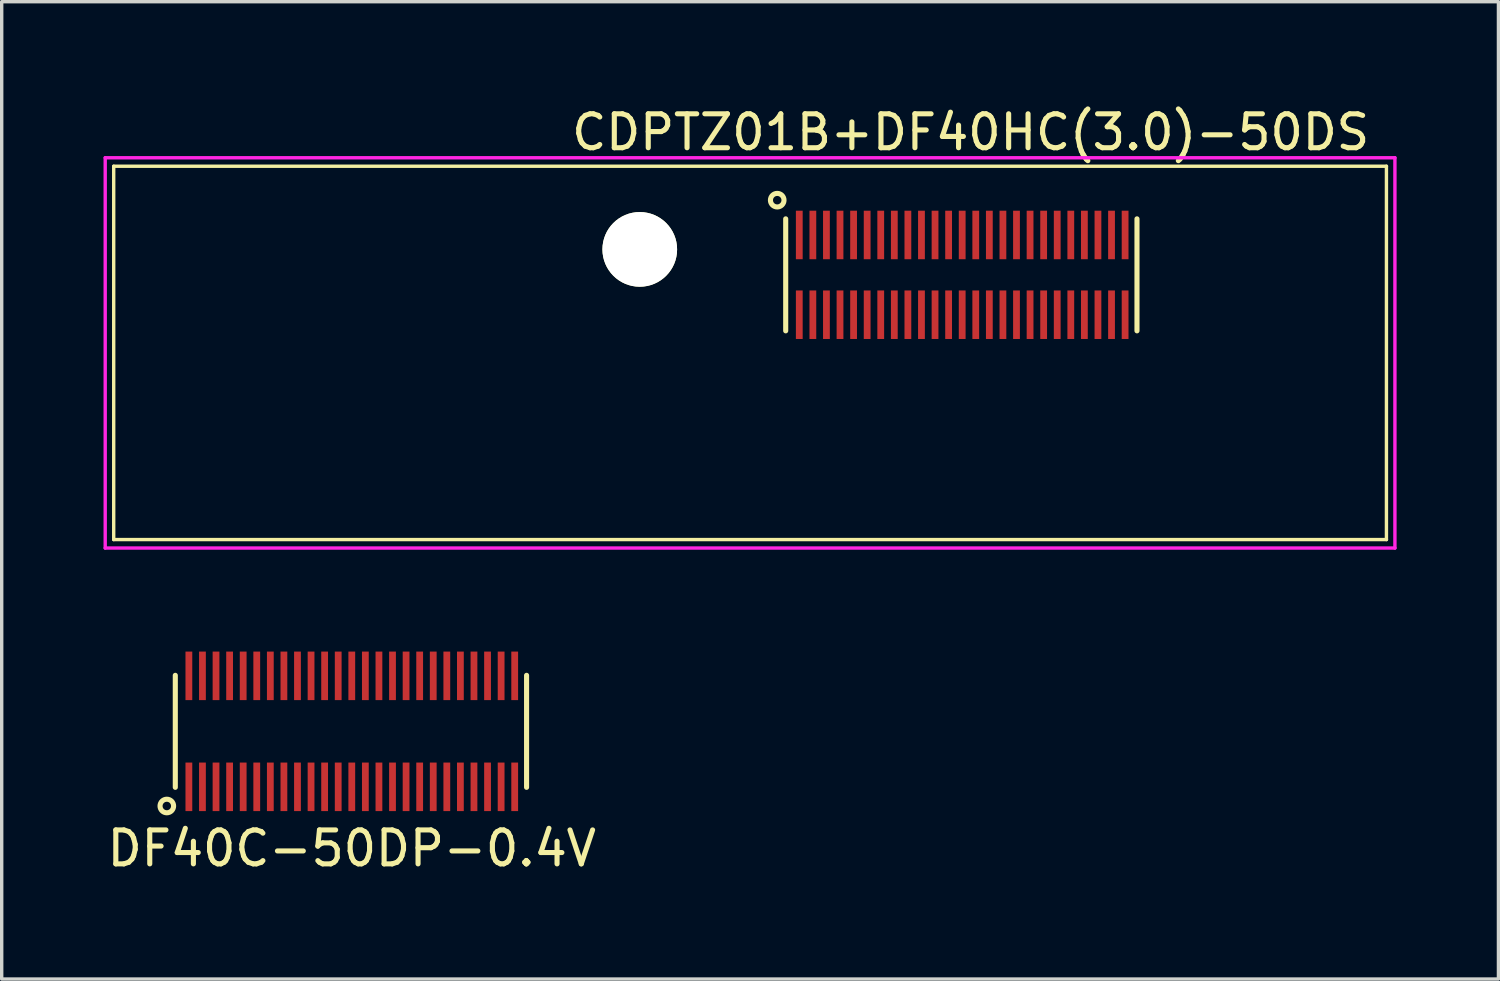
<source format=kicad_pcb>
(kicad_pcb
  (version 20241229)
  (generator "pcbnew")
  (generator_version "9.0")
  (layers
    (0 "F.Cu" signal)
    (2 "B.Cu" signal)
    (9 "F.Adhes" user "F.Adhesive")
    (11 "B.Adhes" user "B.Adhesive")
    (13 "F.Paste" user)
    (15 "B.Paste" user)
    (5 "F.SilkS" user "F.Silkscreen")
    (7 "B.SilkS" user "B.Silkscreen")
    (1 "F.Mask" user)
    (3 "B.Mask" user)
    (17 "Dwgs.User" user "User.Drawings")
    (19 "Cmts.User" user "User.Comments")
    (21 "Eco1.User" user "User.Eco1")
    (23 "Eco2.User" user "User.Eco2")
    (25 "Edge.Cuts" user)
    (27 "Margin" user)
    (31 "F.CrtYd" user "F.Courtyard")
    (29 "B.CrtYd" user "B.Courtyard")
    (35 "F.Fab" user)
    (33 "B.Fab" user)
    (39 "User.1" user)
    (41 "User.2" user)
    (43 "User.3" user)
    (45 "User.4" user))
  (footprint "CDPTZ01B+DF40HC(3.0)-50DS"
    (layer "F.Cu")
    (at 19.05 7.348)
    (property "Reference" "CDPTZ01B+DF40HC(3.0)-50DS" (at 6.5 -6.5 180) (layer "F.SilkS") (effects (font (size 1 1) (thickness 0.15))))
    (attr through_hole)
    (fp_line (start -18.75 -5.5) (end -18.75 5.5) (stroke (width 0.1) (type solid)) (layer "F.SilkS"))
    (fp_line (start -18.75 5.5) (end 18.75 5.5) (stroke (width 0.1) (type solid)) (layer "F.SilkS"))
    (fp_line (start 1.05 -0.65) (end 1.05 -3.95) (stroke (width 0.15) (type solid)) (layer "F.SilkS"))
    (fp_line (start 11.4 -0.65) (end 11.4 -3.95) (stroke (width 0.15) (type solid)) (layer "F.SilkS"))
    (fp_line (start 18.75 -5.5) (end -18.75 -5.5) (stroke (width 0.1) (type solid)) (layer "F.SilkS"))
    (fp_line (start 18.75 5.5) (end 18.75 -5.5) (stroke (width 0.1) (type solid)) (layer "F.SilkS"))
    (fp_circle (center 0.8 -4.5) (end 0.8 -4.3) (stroke (width 0.15) (type solid)) (fill no) (layer "F.SilkS"))
    (fp_line (start -19 5.75) (end -19 -5.75) (stroke (width 0.1) (type solid)) (layer "F.CrtYd"))
    (fp_line (start 19 -5.75) (end -19 -5.75) (stroke (width 0.1) (type solid)) (layer "F.CrtYd"))
    (fp_line (start 19 5.75) (end -19 5.75) (stroke (width 0.1) (type solid)) (layer "F.CrtYd"))
    (fp_line (start 19 5.75) (end 19 -5.75) (stroke (width 0.1) (type solid)) (layer "F.CrtYd"))
    (pad "" np_thru_hole circle (at -3.25 -3.05) (size 2.2 2.2) (drill 2.2) (layers "*.Cu" "*.Mask" "F.SilkS"))
    (pad "1" smd rect (at 1.45 -3.475) (size 0.2 1.43) (layers "F.Cu" "F.Mask" "F.Paste"))
    (pad "2" smd rect (at 1.85 -3.475) (size 0.2 1.43) (layers "F.Cu" "F.Mask" "F.Paste"))
    (pad "3" smd rect (at 2.25 -3.475) (size 0.2 1.43) (layers "F.Cu" "F.Mask" "F.Paste"))
    (pad "4" smd rect (at 2.65 -3.475) (size 0.2 1.43) (layers "F.Cu" "F.Mask" "F.Paste"))
    (pad "5" smd rect (at 3.05 -3.475) (size 0.2 1.43) (layers "F.Cu" "F.Mask" "F.Paste"))
    (pad "6" smd rect (at 3.45 -3.475) (size 0.2 1.43) (layers "F.Cu" "F.Mask" "F.Paste"))
    (pad "7" smd rect (at 3.85 -3.475) (size 0.2 1.43) (layers "F.Cu" "F.Mask" "F.Paste"))
    (pad "8" smd rect (at 4.25 -3.475) (size 0.2 1.43) (layers "F.Cu" "F.Mask" "F.Paste"))
    (pad "9" smd rect (at 4.65 -3.475) (size 0.2 1.43) (layers "F.Cu" "F.Mask" "F.Paste"))
    (pad "10" smd rect (at 5.05 -3.475) (size 0.2 1.43) (layers "F.Cu" "F.Mask" "F.Paste"))
    (pad "11" smd rect (at 5.45 -3.475) (size 0.2 1.43) (layers "F.Cu" "F.Mask" "F.Paste"))
    (pad "12" smd rect (at 5.85 -3.475) (size 0.2 1.43) (layers "F.Cu" "F.Mask" "F.Paste"))
    (pad "13" smd rect (at 6.25 -3.475) (size 0.2 1.43) (layers "F.Cu" "F.Mask" "F.Paste"))
    (pad "14" smd rect (at 6.65 -3.475) (size 0.2 1.43) (layers "F.Cu" "F.Mask" "F.Paste"))
    (pad "15" smd rect (at 7.05 -3.475) (size 0.2 1.43) (layers "F.Cu" "F.Mask" "F.Paste"))
    (pad "16" smd rect (at 7.45 -3.475) (size 0.2 1.43) (layers "F.Cu" "F.Mask" "F.Paste"))
    (pad "17" smd rect (at 7.85 -3.475) (size 0.2 1.43) (layers "F.Cu" "F.Mask" "F.Paste"))
    (pad "18" smd rect (at 8.25 -3.475) (size 0.2 1.43) (layers "F.Cu" "F.Mask" "F.Paste"))
    (pad "19" smd rect (at 8.65 -3.475) (size 0.2 1.43) (layers "F.Cu" "F.Mask" "F.Paste"))
    (pad "20" smd rect (at 9.05 -3.475) (size 0.2 1.43) (layers "F.Cu" "F.Mask" "F.Paste"))
    (pad "21" smd rect (at 9.45 -3.475) (size 0.2 1.43) (layers "F.Cu" "F.Mask" "F.Paste"))
    (pad "22" smd rect (at 9.85 -3.475) (size 0.2 1.43) (layers "F.Cu" "F.Mask" "F.Paste"))
    (pad "23" smd rect (at 10.25 -3.475) (size 0.2 1.43) (layers "F.Cu" "F.Mask" "F.Paste"))
    (pad "24" smd rect (at 10.65 -3.475) (size 0.2 1.43) (layers "F.Cu" "F.Mask" "F.Paste"))
    (pad "25" smd rect (at 11.05 -3.475) (size 0.2 1.43) (layers "F.Cu" "F.Mask" "F.Paste"))
    (pad "26" smd rect (at 11.05 -1.125) (size 0.2 1.43) (layers "F.Cu" "F.Mask" "F.Paste"))
    (pad "27" smd rect (at 10.65 -1.125) (size 0.2 1.43) (layers "F.Cu" "F.Mask" "F.Paste"))
    (pad "28" smd rect (at 10.25 -1.125) (size 0.2 1.43) (layers "F.Cu" "F.Mask" "F.Paste"))
    (pad "29" smd rect (at 9.85 -1.125) (size 0.2 1.43) (layers "F.Cu" "F.Mask" "F.Paste"))
    (pad "30" smd rect (at 9.45 -1.125) (size 0.2 1.43) (layers "F.Cu" "F.Mask" "F.Paste"))
    (pad "31" smd rect (at 9.05 -1.125) (size 0.2 1.43) (layers "F.Cu" "F.Mask" "F.Paste"))
    (pad "32" smd rect (at 8.65 -1.125) (size 0.2 1.43) (layers "F.Cu" "F.Mask" "F.Paste"))
    (pad "33" smd rect (at 8.25 -1.125) (size 0.2 1.43) (layers "F.Cu" "F.Mask" "F.Paste"))
    (pad "34" smd rect (at 7.85 -1.125) (size 0.2 1.43) (layers "F.Cu" "F.Mask" "F.Paste"))
    (pad "35" smd rect (at 7.45 -1.125) (size 0.2 1.43) (layers "F.Cu" "F.Mask" "F.Paste"))
    (pad "36" smd rect (at 7.05 -1.125) (size 0.2 1.43) (layers "F.Cu" "F.Mask" "F.Paste"))
    (pad "37" smd rect (at 6.65 -1.125) (size 0.2 1.43) (layers "F.Cu" "F.Mask" "F.Paste"))
    (pad "38" smd rect (at 6.25 -1.125) (size 0.2 1.43) (layers "F.Cu" "F.Mask" "F.Paste"))
    (pad "39" smd rect (at 5.85 -1.125) (size 0.2 1.43) (layers "F.Cu" "F.Mask" "F.Paste"))
    (pad "40" smd rect (at 5.45 -1.125) (size 0.2 1.43) (layers "F.Cu" "F.Mask" "F.Paste"))
    (pad "41" smd rect (at 5.05 -1.125) (size 0.2 1.43) (layers "F.Cu" "F.Mask" "F.Paste"))
    (pad "42" smd rect (at 4.65 -1.125) (size 0.2 1.43) (layers "F.Cu" "F.Mask" "F.Paste"))
    (pad "43" smd rect (at 4.25 -1.125) (size 0.2 1.43) (layers "F.Cu" "F.Mask" "F.Paste"))
    (pad "44" smd rect (at 3.85 -1.125) (size 0.2 1.43) (layers "F.Cu" "F.Mask" "F.Paste"))
    (pad "45" smd rect (at 3.45 -1.125) (size 0.2 1.43) (layers "F.Cu" "F.Mask" "F.Paste"))
    (pad "46" smd rect (at 3.05 -1.125) (size 0.2 1.43) (layers "F.Cu" "F.Mask" "F.Paste"))
    (pad "47" smd rect (at 2.65 -1.125) (size 0.2 1.43) (layers "F.Cu" "F.Mask" "F.Paste"))
    (pad "48" smd rect (at 2.25 -1.125) (size 0.2 1.43) (layers "F.Cu" "F.Mask" "F.Paste"))
    (pad "49" smd rect (at 1.85 -1.125) (size 0.2 1.43) (layers "F.Cu" "F.Mask" "F.Paste"))
    (pad "50" smd rect (at 1.45 -1.125) (size 0.2 1.43) (layers "F.Cu" "F.Mask" "F.Paste")))
  (footprint "DF40C-50DP-0.4V"
    (layer "F.Cu")
    (at 7.315 18.498)
    (property "Reference" "DF40C-50DP-0.4V" (at 0 3.45 0) (layer "F.SilkS") (effects (font (size 1 1) (thickness 0.15))))
    (attr through_hole)
    (fp_line (start -5.2 -1.65) (end -5.2 1.65) (stroke (width 0.15) (type solid)) (layer "F.SilkS"))
    (fp_line (start 5.15 -1.65) (end 5.15 1.65) (stroke (width 0.15) (type solid)) (layer "F.SilkS"))
    (fp_circle (center -5.45 2.2) (end -5.45 2) (stroke (width 0.15) (type solid)) (fill no) (layer "F.SilkS"))
    (pad "1" smd rect (at -4.8 1.635) (size 0.2 1.43) (layers "F.Cu" "F.Mask" "F.Paste"))
    (pad "2" smd rect (at -4.4 1.635) (size 0.2 1.43) (layers "F.Cu" "F.Mask" "F.Paste"))
    (pad "3" smd rect (at -4 1.635) (size 0.2 1.43) (layers "F.Cu" "F.Mask" "F.Paste"))
    (pad "4" smd rect (at -3.6 1.635) (size 0.2 1.43) (layers "F.Cu" "F.Mask" "F.Paste"))
    (pad "5" smd rect (at -3.2 1.635) (size 0.2 1.43) (layers "F.Cu" "F.Mask" "F.Paste"))
    (pad "6" smd rect (at -2.8 1.635) (size 0.2 1.43) (layers "F.Cu" "F.Mask" "F.Paste"))
    (pad "7" smd rect (at -2.4 1.635) (size 0.2 1.43) (layers "F.Cu" "F.Mask" "F.Paste"))
    (pad "8" smd rect (at -2 1.635) (size 0.2 1.43) (layers "F.Cu" "F.Mask" "F.Paste"))
    (pad "9" smd rect (at -1.6 1.635) (size 0.2 1.43) (layers "F.Cu" "F.Mask" "F.Paste"))
    (pad "10" smd rect (at -1.2 1.635) (size 0.2 1.43) (layers "F.Cu" "F.Mask" "F.Paste"))
    (pad "11" smd rect (at -0.8 1.635) (size 0.2 1.43) (layers "F.Cu" "F.Mask" "F.Paste"))
    (pad "12" smd rect (at -0.4 1.635) (size 0.2 1.43) (layers "F.Cu" "F.Mask" "F.Paste"))
    (pad "13" smd rect (at 0 1.635) (size 0.2 1.43) (layers "F.Cu" "F.Mask" "F.Paste"))
    (pad "14" smd rect (at 0.4 1.635) (size 0.2 1.43) (layers "F.Cu" "F.Mask" "F.Paste"))
    (pad "15" smd rect (at 0.8 1.635) (size 0.2 1.43) (layers "F.Cu" "F.Mask" "F.Paste"))
    (pad "16" smd rect (at 1.2 1.635) (size 0.2 1.43) (layers "F.Cu" "F.Mask" "F.Paste"))
    (pad "17" smd rect (at 1.6 1.635) (size 0.2 1.43) (layers "F.Cu" "F.Mask" "F.Paste"))
    (pad "18" smd rect (at 2 1.635) (size 0.2 1.43) (layers "F.Cu" "F.Mask" "F.Paste"))
    (pad "19" smd rect (at 2.4 1.635) (size 0.2 1.43) (layers "F.Cu" "F.Mask" "F.Paste"))
    (pad "20" smd rect (at 2.8 1.635) (size 0.2 1.43) (layers "F.Cu" "F.Mask" "F.Paste"))
    (pad "21" smd rect (at 3.2 1.635) (size 0.2 1.43) (layers "F.Cu" "F.Mask" "F.Paste"))
    (pad "22" smd rect (at 3.6 1.635) (size 0.2 1.43) (layers "F.Cu" "F.Mask" "F.Paste"))
    (pad "23" smd rect (at 4 1.635) (size 0.2 1.43) (layers "F.Cu" "F.Mask" "F.Paste"))
    (pad "24" smd rect (at 4.4 1.635) (size 0.2 1.43) (layers "F.Cu" "F.Mask" "F.Paste"))
    (pad "25" smd rect (at 4.8 1.635) (size 0.2 1.43) (layers "F.Cu" "F.Mask" "F.Paste"))
    (pad "26" smd rect (at 4.8 -1.635) (size 0.2 1.43) (layers "F.Cu" "F.Mask" "F.Paste"))
    (pad "27" smd rect (at 4.4 -1.635) (size 0.2 1.43) (layers "F.Cu" "F.Mask" "F.Paste"))
    (pad "28" smd rect (at 4 -1.635) (size 0.2 1.43) (layers "F.Cu" "F.Mask" "F.Paste"))
    (pad "29" smd rect (at 3.6 -1.635) (size 0.2 1.43) (layers "F.Cu" "F.Mask" "F.Paste"))
    (pad "30" smd rect (at 3.2 -1.635) (size 0.2 1.43) (layers "F.Cu" "F.Mask" "F.Paste"))
    (pad "31" smd rect (at 2.8 -1.635) (size 0.2 1.43) (layers "F.Cu" "F.Mask" "F.Paste"))
    (pad "32" smd rect (at 2.4 -1.635) (size 0.2 1.43) (layers "F.Cu" "F.Mask" "F.Paste"))
    (pad "33" smd rect (at 2 -1.635) (size 0.2 1.43) (layers "F.Cu" "F.Mask" "F.Paste"))
    (pad "34" smd rect (at 1.6 -1.635) (size 0.2 1.43) (layers "F.Cu" "F.Mask" "F.Paste"))
    (pad "35" smd rect (at 1.2 -1.635) (size 0.2 1.43) (layers "F.Cu" "F.Mask" "F.Paste"))
    (pad "36" smd rect (at 0.8 -1.635) (size 0.2 1.43) (layers "F.Cu" "F.Mask" "F.Paste"))
    (pad "37" smd rect (at 0.4 -1.635) (size 0.2 1.43) (layers "F.Cu" "F.Mask" "F.Paste"))
    (pad "38" smd rect (at 0 -1.635) (size 0.2 1.43) (layers "F.Cu" "F.Mask" "F.Paste"))
    (pad "39" smd rect (at -0.4 -1.635) (size 0.2 1.43) (layers "F.Cu" "F.Mask" "F.Paste"))
    (pad "40" smd rect (at -0.8 -1.635) (size 0.2 1.43) (layers "F.Cu" "F.Mask" "F.Paste"))
    (pad "41" smd rect (at -1.2 -1.635) (size 0.2 1.43) (layers "F.Cu" "F.Mask" "F.Paste"))
    (pad "42" smd rect (at -1.6 -1.635) (size 0.2 1.43) (layers "F.Cu" "F.Mask" "F.Paste"))
    (pad "43" smd rect (at -2 -1.635) (size 0.2 1.43) (layers "F.Cu" "F.Mask" "F.Paste"))
    (pad "44" smd rect (at -2.4 -1.635) (size 0.2 1.43) (layers "F.Cu" "F.Mask" "F.Paste"))
    (pad "45" smd rect (at -2.8 -1.635) (size 0.2 1.43) (layers "F.Cu" "F.Mask" "F.Paste"))
    (pad "46" smd rect (at -3.2 -1.635) (size 0.2 1.43) (layers "F.Cu" "F.Mask" "F.Paste"))
    (pad "47" smd rect (at -3.6 -1.635) (size 0.2 1.43) (layers "F.Cu" "F.Mask" "F.Paste"))
    (pad "48" smd rect (at -4 -1.635) (size 0.2 1.43) (layers "F.Cu" "F.Mask" "F.Paste"))
    (pad "49" smd rect (at -4.4 -1.635) (size 0.2 1.43) (layers "F.Cu" "F.Mask" "F.Paste"))
    (pad "50" smd rect (at -4.8 -1.635) (size 0.2 1.43) (layers "F.Cu" "F.Mask" "F.Paste")))
  (gr_rect
    (start -3 -3)
    (end 41.1 25.797)
    (stroke (width 0.1) (type default))
    (fill no)
    (layer "Edge.Cuts")))
</source>
